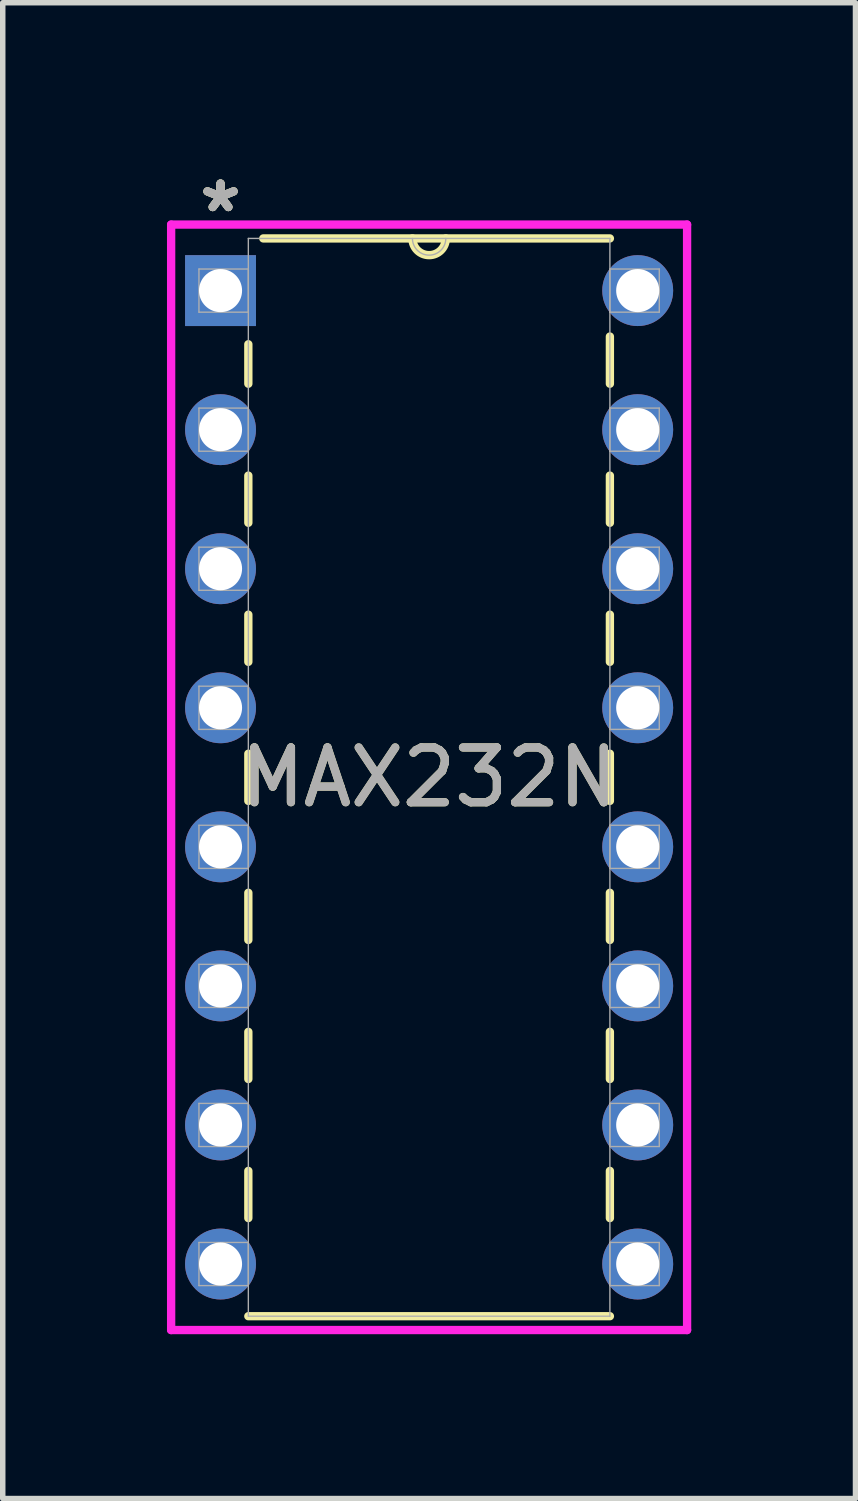
<source format=kicad_pcb>
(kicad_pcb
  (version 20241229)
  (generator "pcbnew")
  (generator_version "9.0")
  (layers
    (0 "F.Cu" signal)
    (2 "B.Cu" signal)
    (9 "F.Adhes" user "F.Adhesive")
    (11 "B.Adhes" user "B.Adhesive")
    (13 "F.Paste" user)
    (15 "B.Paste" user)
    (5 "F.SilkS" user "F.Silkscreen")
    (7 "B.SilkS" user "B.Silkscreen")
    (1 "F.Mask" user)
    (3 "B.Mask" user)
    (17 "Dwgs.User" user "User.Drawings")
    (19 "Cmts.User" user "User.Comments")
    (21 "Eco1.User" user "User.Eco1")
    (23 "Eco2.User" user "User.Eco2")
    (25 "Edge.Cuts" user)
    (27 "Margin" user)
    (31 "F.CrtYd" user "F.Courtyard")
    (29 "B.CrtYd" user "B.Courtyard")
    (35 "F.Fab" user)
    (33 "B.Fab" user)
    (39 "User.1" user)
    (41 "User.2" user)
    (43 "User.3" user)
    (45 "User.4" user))
  (footprint "MAX232N"
    (layer "F.Cu")
    (at 8.598 20.038)
    (property "Reference" "MAX232N" (at -3.81 -8.89 0) (unlocked yes) (layer "F.SilkS") (effects (font (size 1 1) (thickness 0.15))))
    (attr through_hole)
    (fp_line (start -7.112 -16.8) (end -7.112 -16.079) (stroke (width 0.152) (type solid)) (layer "F.SilkS"))
    (fp_line (start -7.112 -14.401) (end -7.112 -13.539) (stroke (width 0.152) (type solid)) (layer "F.SilkS"))
    (fp_line (start -7.112 -11.861) (end -7.112 -10.999) (stroke (width 0.152) (type solid)) (layer "F.SilkS"))
    (fp_line (start -7.112 -9.321) (end -7.112 -8.459) (stroke (width 0.152) (type solid)) (layer "F.SilkS"))
    (fp_line (start -7.112 -6.781) (end -7.112 -5.919) (stroke (width 0.152) (type solid)) (layer "F.SilkS"))
    (fp_line (start -7.112 -4.241) (end -7.112 -3.379) (stroke (width 0.152) (type solid)) (layer "F.SilkS"))
    (fp_line (start -7.112 -1.701) (end -7.112 -0.839) (stroke (width 0.152) (type solid)) (layer "F.SilkS"))
    (fp_line (start -7.112 0.953) (end -0.508 0.953) (stroke (width 0.152) (type solid)) (layer "F.SilkS"))
    (fp_line (start -0.508 -18.733) (end -6.839 -18.733) (stroke (width 0.152) (type solid)) (layer "F.SilkS"))
    (fp_line (start -0.508 -16.079) (end -0.508 -16.941) (stroke (width 0.152) (type solid)) (layer "F.SilkS"))
    (fp_line (start -0.508 -13.539) (end -0.508 -14.401) (stroke (width 0.152) (type solid)) (layer "F.SilkS"))
    (fp_line (start -0.508 -10.999) (end -0.508 -11.861) (stroke (width 0.152) (type solid)) (layer "F.SilkS"))
    (fp_line (start -0.508 -8.459) (end -0.508 -9.321) (stroke (width 0.152) (type solid)) (layer "F.SilkS"))
    (fp_line (start -0.508 -5.919) (end -0.508 -6.781) (stroke (width 0.152) (type solid)) (layer "F.SilkS"))
    (fp_line (start -0.508 -3.379) (end -0.508 -4.241) (stroke (width 0.152) (type solid)) (layer "F.SilkS"))
    (fp_line (start -0.508 -0.839) (end -0.508 -1.701) (stroke (width 0.152) (type solid)) (layer "F.SilkS"))
    (fp_arc (start -3.5052 -18.7325) (mid -3.81 -18.4277) (end -4.1148 -18.7325) (stroke (width 0.1524) (type solid)) (layer "F.SilkS"))
    (fp_line (start -8.522 -18.986) (end -8.522 1.206) (stroke (width 0.152) (type solid)) (layer "F.CrtYd"))
    (fp_line (start -8.522 1.206) (end 0.902 1.206) (stroke (width 0.152) (type solid)) (layer "F.CrtYd"))
    (fp_line (start 0.902 -18.986) (end -8.522 -18.986) (stroke (width 0.152) (type solid)) (layer "F.CrtYd"))
    (fp_line (start 0.902 1.206) (end 0.902 -18.986) (stroke (width 0.152) (type solid)) (layer "F.CrtYd"))
    (fp_line (start -8.014 -18.174) (end -8.014 -17.386) (stroke (width 0.025) (type solid)) (layer "F.Fab"))
    (fp_line (start -8.014 -17.386) (end -7.112 -17.386) (stroke (width 0.025) (type solid)) (layer "F.Fab"))
    (fp_line (start -8.014 -15.634) (end -8.014 -14.846) (stroke (width 0.025) (type solid)) (layer "F.Fab"))
    (fp_line (start -8.014 -14.846) (end -7.112 -14.846) (stroke (width 0.025) (type solid)) (layer "F.Fab"))
    (fp_line (start -8.014 -13.094) (end -8.014 -12.306) (stroke (width 0.025) (type solid)) (layer "F.Fab"))
    (fp_line (start -8.014 -12.306) (end -7.112 -12.306) (stroke (width 0.025) (type solid)) (layer "F.Fab"))
    (fp_line (start -8.014 -10.554) (end -8.014 -9.766) (stroke (width 0.025) (type solid)) (layer "F.Fab"))
    (fp_line (start -8.014 -9.766) (end -7.112 -9.766) (stroke (width 0.025) (type solid)) (layer "F.Fab"))
    (fp_line (start -8.014 -8.014) (end -8.014 -7.226) (stroke (width 0.025) (type solid)) (layer "F.Fab"))
    (fp_line (start -8.014 -7.226) (end -7.112 -7.226) (stroke (width 0.025) (type solid)) (layer "F.Fab"))
    (fp_line (start -8.014 -5.474) (end -8.014 -4.686) (stroke (width 0.025) (type solid)) (layer "F.Fab"))
    (fp_line (start -8.014 -4.686) (end -7.112 -4.686) (stroke (width 0.025) (type solid)) (layer "F.Fab"))
    (fp_line (start -8.014 -2.934) (end -8.014 -2.146) (stroke (width 0.025) (type solid)) (layer "F.Fab"))
    (fp_line (start -8.014 -2.146) (end -7.112 -2.146) (stroke (width 0.025) (type solid)) (layer "F.Fab"))
    (fp_line (start -8.014 -0.394) (end -8.014 0.394) (stroke (width 0.025) (type solid)) (layer "F.Fab"))
    (fp_line (start -8.014 0.394) (end -7.112 0.394) (stroke (width 0.025) (type solid)) (layer "F.Fab"))
    (fp_line (start -7.112 -18.733) (end -7.112 0.953) (stroke (width 0.025) (type solid)) (layer "F.Fab"))
    (fp_line (start -7.112 -18.174) (end -8.014 -18.174) (stroke (width 0.025) (type solid)) (layer "F.Fab"))
    (fp_line (start -7.112 -17.386) (end -7.112 -18.174) (stroke (width 0.025) (type solid)) (layer "F.Fab"))
    (fp_line (start -7.112 -15.634) (end -8.014 -15.634) (stroke (width 0.025) (type solid)) (layer "F.Fab"))
    (fp_line (start -7.112 -14.846) (end -7.112 -15.634) (stroke (width 0.025) (type solid)) (layer "F.Fab"))
    (fp_line (start -7.112 -13.094) (end -8.014 -13.094) (stroke (width 0.025) (type solid)) (layer "F.Fab"))
    (fp_line (start -7.112 -12.306) (end -7.112 -13.094) (stroke (width 0.025) (type solid)) (layer "F.Fab"))
    (fp_line (start -7.112 -10.554) (end -8.014 -10.554) (stroke (width 0.025) (type solid)) (layer "F.Fab"))
    (fp_line (start -7.112 -9.766) (end -7.112 -10.554) (stroke (width 0.025) (type solid)) (layer "F.Fab"))
    (fp_line (start -7.112 -8.014) (end -8.014 -8.014) (stroke (width 0.025) (type solid)) (layer "F.Fab"))
    (fp_line (start -7.112 -7.226) (end -7.112 -8.014) (stroke (width 0.025) (type solid)) (layer "F.Fab"))
    (fp_line (start -7.112 -5.474) (end -8.014 -5.474) (stroke (width 0.025) (type solid)) (layer "F.Fab"))
    (fp_line (start -7.112 -4.686) (end -7.112 -5.474) (stroke (width 0.025) (type solid)) (layer "F.Fab"))
    (fp_line (start -7.112 -2.934) (end -8.014 -2.934) (stroke (width 0.025) (type solid)) (layer "F.Fab"))
    (fp_line (start -7.112 -2.146) (end -7.112 -2.934) (stroke (width 0.025) (type solid)) (layer "F.Fab"))
    (fp_line (start -7.112 -0.394) (end -8.014 -0.394) (stroke (width 0.025) (type solid)) (layer "F.Fab"))
    (fp_line (start -7.112 0.394) (end -7.112 -0.394) (stroke (width 0.025) (type solid)) (layer "F.Fab"))
    (fp_line (start -7.112 0.953) (end -0.508 0.953) (stroke (width 0.025) (type solid)) (layer "F.Fab"))
    (fp_line (start -0.508 -18.733) (end -7.112 -18.733) (stroke (width 0.025) (type solid)) (layer "F.Fab"))
    (fp_line (start -0.508 -18.174) (end -0.508 -17.386) (stroke (width 0.025) (type solid)) (layer "F.Fab"))
    (fp_line (start -0.508 -17.386) (end 0.394 -17.386) (stroke (width 0.025) (type solid)) (layer "F.Fab"))
    (fp_line (start -0.508 -15.634) (end -0.508 -14.846) (stroke (width 0.025) (type solid)) (layer "F.Fab"))
    (fp_line (start -0.508 -14.846) (end 0.394 -14.846) (stroke (width 0.025) (type solid)) (layer "F.Fab"))
    (fp_line (start -0.508 -13.094) (end -0.508 -12.306) (stroke (width 0.025) (type solid)) (layer "F.Fab"))
    (fp_line (start -0.508 -12.306) (end 0.394 -12.306) (stroke (width 0.025) (type solid)) (layer "F.Fab"))
    (fp_line (start -0.508 -10.554) (end -0.508 -9.766) (stroke (width 0.025) (type solid)) (layer "F.Fab"))
    (fp_line (start -0.508 -9.766) (end 0.394 -9.766) (stroke (width 0.025) (type solid)) (layer "F.Fab"))
    (fp_line (start -0.508 -8.014) (end -0.508 -7.226) (stroke (width 0.025) (type solid)) (layer "F.Fab"))
    (fp_line (start -0.508 -7.226) (end 0.394 -7.226) (stroke (width 0.025) (type solid)) (layer "F.Fab"))
    (fp_line (start -0.508 -5.474) (end -0.508 -4.686) (stroke (width 0.025) (type solid)) (layer "F.Fab"))
    (fp_line (start -0.508 -4.686) (end 0.394 -4.686) (stroke (width 0.025) (type solid)) (layer "F.Fab"))
    (fp_line (start -0.508 -2.934) (end -0.508 -2.146) (stroke (width 0.025) (type solid)) (layer "F.Fab"))
    (fp_line (start -0.508 -2.146) (end 0.394 -2.146) (stroke (width 0.025) (type solid)) (layer "F.Fab"))
    (fp_line (start -0.508 -0.394) (end -0.508 0.394) (stroke (width 0.025) (type solid)) (layer "F.Fab"))
    (fp_line (start -0.508 0.394) (end 0.394 0.394) (stroke (width 0.025) (type solid)) (layer "F.Fab"))
    (fp_line (start -0.508 0.953) (end -0.508 -18.733) (stroke (width 0.025) (type solid)) (layer "F.Fab"))
    (fp_line (start 0.394 -18.174) (end -0.508 -18.174) (stroke (width 0.025) (type solid)) (layer "F.Fab"))
    (fp_line (start 0.394 -17.386) (end 0.394 -18.174) (stroke (width 0.025) (type solid)) (layer "F.Fab"))
    (fp_line (start 0.394 -15.634) (end -0.508 -15.634) (stroke (width 0.025) (type solid)) (layer "F.Fab"))
    (fp_line (start 0.394 -14.846) (end 0.394 -15.634) (stroke (width 0.025) (type solid)) (layer "F.Fab"))
    (fp_line (start 0.394 -13.094) (end -0.508 -13.094) (stroke (width 0.025) (type solid)) (layer "F.Fab"))
    (fp_line (start 0.394 -12.306) (end 0.394 -13.094) (stroke (width 0.025) (type solid)) (layer "F.Fab"))
    (fp_line (start 0.394 -10.554) (end -0.508 -10.554) (stroke (width 0.025) (type solid)) (layer "F.Fab"))
    (fp_line (start 0.394 -9.766) (end 0.394 -10.554) (stroke (width 0.025) (type solid)) (layer "F.Fab"))
    (fp_line (start 0.394 -8.014) (end -0.508 -8.014) (stroke (width 0.025) (type solid)) (layer "F.Fab"))
    (fp_line (start 0.394 -7.226) (end 0.394 -8.014) (stroke (width 0.025) (type solid)) (layer "F.Fab"))
    (fp_line (start 0.394 -5.474) (end -0.508 -5.474) (stroke (width 0.025) (type solid)) (layer "F.Fab"))
    (fp_line (start 0.394 -4.686) (end 0.394 -5.474) (stroke (width 0.025) (type solid)) (layer "F.Fab"))
    (fp_line (start 0.394 -2.934) (end -0.508 -2.934) (stroke (width 0.025) (type solid)) (layer "F.Fab"))
    (fp_line (start 0.394 -2.146) (end 0.394 -2.934) (stroke (width 0.025) (type solid)) (layer "F.Fab"))
    (fp_line (start 0.394 -0.394) (end -0.508 -0.394) (stroke (width 0.025) (type solid)) (layer "F.Fab"))
    (fp_line (start 0.394 0.394) (end 0.394 -0.394) (stroke (width 0.025) (type solid)) (layer "F.Fab"))
    (fp_arc (start -3.5052 -18.7325) (mid -3.81 -18.4277) (end -4.1148 -18.7325) (stroke (width 0.0254) (type solid)) (layer "F.Fab"))
    (fp_text user "*" (at -7.62 -19.19 0) (unlocked yes) (layer "F.SilkS") (effects (font (size 1 1) (thickness 0.15))))
    (fp_text user "*" (at -7.62 -19.19 0) (layer "F.SilkS") (effects (font (size 1 1) (thickness 0.15))))
    (fp_text user "*" (at -7.62 -19.19 0) (layer "F.Fab") (effects (font (size 1 1) (thickness 0.15))))
    (fp_text user "${REFERENCE}" (at -3.81 -8.89 0) (unlocked yes) (layer "F.Fab") (effects (font (size 1 1) (thickness 0.15))))
    (fp_text user "*" (at -7.62 -19.19 0) (unlocked yes) (layer "F.Fab") (effects (font (size 1 1) (thickness 0.15))))
    (pad "1" thru_hole rect (at -7.62 -17.78) (size 1.295 1.295) (drill 0.787) (layers "*.Cu" "*.Mask"))
    (pad "2" thru_hole circle (at -7.62 -15.24) (size 1.295 1.295) (drill 0.787) (layers "*.Cu" "*.Mask"))
    (pad "3" thru_hole circle (at -7.62 -12.7) (size 1.295 1.295) (drill 0.787) (layers "*.Cu" "*.Mask"))
    (pad "4" thru_hole circle (at -7.62 -10.16) (size 1.295 1.295) (drill 0.787) (layers "*.Cu" "*.Mask"))
    (pad "5" thru_hole circle (at -7.62 -7.62) (size 1.295 1.295) (drill 0.787) (layers "*.Cu" "*.Mask"))
    (pad "6" thru_hole circle (at -7.62 -5.08) (size 1.295 1.295) (drill 0.787) (layers "*.Cu" "*.Mask"))
    (pad "7" thru_hole circle (at -7.62 -2.54) (size 1.295 1.295) (drill 0.787) (layers "*.Cu" "*.Mask"))
    (pad "8" thru_hole circle (at -7.62 0) (size 1.295 1.295) (drill 0.787) (layers "*.Cu" "*.Mask"))
    (pad "9" thru_hole circle (at 0 0) (size 1.295 1.295) (drill 0.787) (layers "*.Cu" "*.Mask"))
    (pad "10" thru_hole circle (at 0 -2.54) (size 1.295 1.295) (drill 0.787) (layers "*.Cu" "*.Mask"))
    (pad "11" thru_hole circle (at 0 -5.08) (size 1.295 1.295) (drill 0.787) (layers "*.Cu" "*.Mask"))
    (pad "12" thru_hole circle (at 0 -7.62) (size 1.295 1.295) (drill 0.787) (layers "*.Cu" "*.Mask"))
    (pad "13" thru_hole circle (at 0 -10.16) (size 1.295 1.295) (drill 0.787) (layers "*.Cu" "*.Mask"))
    (pad "14" thru_hole circle (at 0 -12.7) (size 1.295 1.295) (drill 0.787) (layers "*.Cu" "*.Mask"))
    (pad "15" thru_hole circle (at 0 -15.24) (size 1.295 1.295) (drill 0.787) (layers "*.Cu" "*.Mask"))
    (pad "16" thru_hole circle (at 0 -17.78) (size 1.295 1.295) (drill 0.787) (layers "*.Cu" "*.Mask")))
  (gr_rect
    (start -3 -3)
    (end 12.576 24.321)
    (stroke (width 0.1) (type default))
    (fill no)
    (layer "Edge.Cuts")))
</source>
